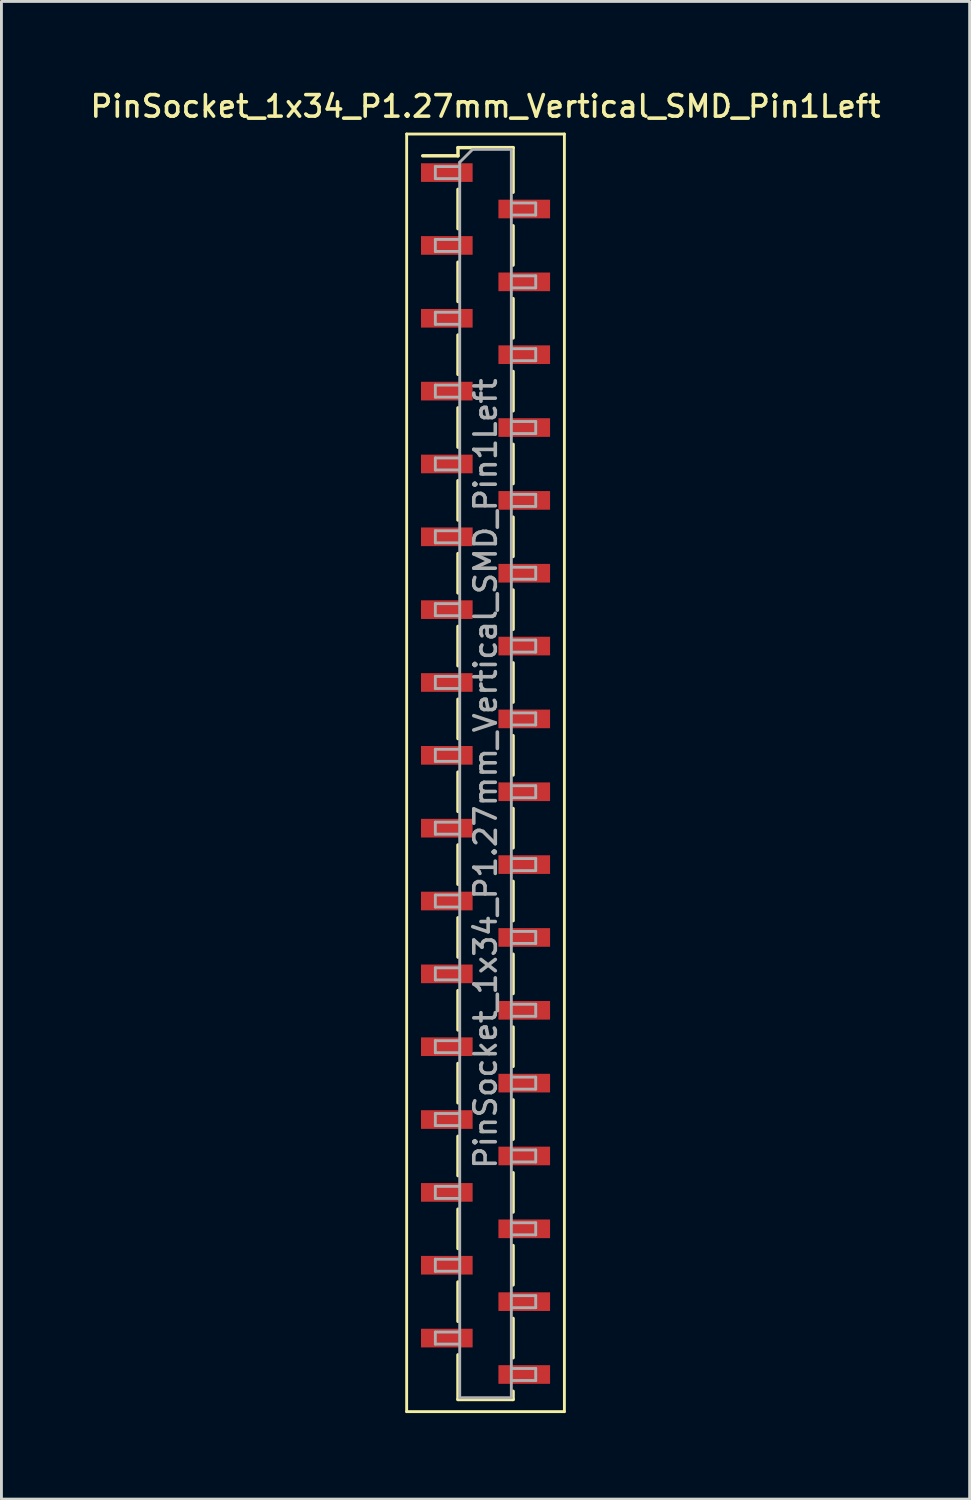
<source format=kicad_pcb>
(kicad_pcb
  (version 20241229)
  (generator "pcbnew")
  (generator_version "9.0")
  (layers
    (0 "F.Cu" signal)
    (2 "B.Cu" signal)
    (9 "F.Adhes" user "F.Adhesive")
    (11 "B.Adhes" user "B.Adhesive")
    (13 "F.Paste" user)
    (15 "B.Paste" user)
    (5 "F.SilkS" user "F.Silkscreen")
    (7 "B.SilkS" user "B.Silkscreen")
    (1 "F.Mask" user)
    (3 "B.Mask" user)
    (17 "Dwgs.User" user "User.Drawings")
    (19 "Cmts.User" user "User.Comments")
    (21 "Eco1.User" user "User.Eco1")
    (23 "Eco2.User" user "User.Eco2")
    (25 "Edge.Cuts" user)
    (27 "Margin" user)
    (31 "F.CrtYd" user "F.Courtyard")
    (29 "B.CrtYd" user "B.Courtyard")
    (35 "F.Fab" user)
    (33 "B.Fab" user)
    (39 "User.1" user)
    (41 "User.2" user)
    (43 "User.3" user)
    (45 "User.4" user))
  (footprint "PinSocket_1x34_P1.27mm_Vertical_SMD_Pin1Left"
    (layer "F.Cu")
    (at 13.88 23.923)
    (property "Reference" "PinSocket_1x34_P1.27mm_Vertical_SMD_Pin1Left" (at 0 -23.265 0) (layer "F.SilkS") (effects (font (size 0.75 0.75) (thickness 0.125))))
    (attr smd)
    (fp_line (start -2.75 -22.3) (end 2.75 -22.3) (stroke (width 0.1) (type solid)) (layer "F.SilkS"))
    (fp_line (start -2.75 22.25) (end -2.75 -22.3) (stroke (width 0.1) (type solid)) (layer "F.SilkS"))
    (fp_line (start -2.19 -21.54) (end -0.96 -21.54) (stroke (width 0.12) (type solid)) (layer "F.SilkS"))
    (fp_line (start -0.96 -21.825) (end -0.96 -21.54) (stroke (width 0.12) (type solid)) (layer "F.SilkS"))
    (fp_line (start -0.96 -21.825) (end 0.96 -21.825) (stroke (width 0.12) (type solid)) (layer "F.SilkS"))
    (fp_line (start -0.96 -20.37) (end -0.96 -19) (stroke (width 0.12) (type solid)) (layer "F.SilkS"))
    (fp_line (start -0.96 -17.83) (end -0.96 -16.46) (stroke (width 0.12) (type solid)) (layer "F.SilkS"))
    (fp_line (start -0.96 -15.29) (end -0.96 -13.92) (stroke (width 0.12) (type solid)) (layer "F.SilkS"))
    (fp_line (start -0.96 -12.75) (end -0.96 -11.38) (stroke (width 0.12) (type solid)) (layer "F.SilkS"))
    (fp_line (start -0.96 -10.21) (end -0.96 -8.84) (stroke (width 0.12) (type solid)) (layer "F.SilkS"))
    (fp_line (start -0.96 -7.67) (end -0.96 -6.3) (stroke (width 0.12) (type solid)) (layer "F.SilkS"))
    (fp_line (start -0.96 -5.13) (end -0.96 -3.76) (stroke (width 0.12) (type solid)) (layer "F.SilkS"))
    (fp_line (start -0.96 -2.59) (end -0.96 -1.22) (stroke (width 0.12) (type solid)) (layer "F.SilkS"))
    (fp_line (start -0.96 -0.05) (end -0.96 1.32) (stroke (width 0.12) (type solid)) (layer "F.SilkS"))
    (fp_line (start -0.96 2.49) (end -0.96 3.86) (stroke (width 0.12) (type solid)) (layer "F.SilkS"))
    (fp_line (start -0.96 5.03) (end -0.96 6.4) (stroke (width 0.12) (type solid)) (layer "F.SilkS"))
    (fp_line (start -0.96 7.57) (end -0.96 8.94) (stroke (width 0.12) (type solid)) (layer "F.SilkS"))
    (fp_line (start -0.96 10.11) (end -0.96 11.48) (stroke (width 0.12) (type solid)) (layer "F.SilkS"))
    (fp_line (start -0.96 12.65) (end -0.96 14.02) (stroke (width 0.12) (type solid)) (layer "F.SilkS"))
    (fp_line (start -0.96 15.19) (end -0.96 16.56) (stroke (width 0.12) (type solid)) (layer "F.SilkS"))
    (fp_line (start -0.96 17.73) (end -0.96 19.1) (stroke (width 0.12) (type solid)) (layer "F.SilkS"))
    (fp_line (start -0.96 20.27) (end -0.96 21.825) (stroke (width 0.12) (type solid)) (layer "F.SilkS"))
    (fp_line (start -0.96 21.825) (end 0.96 21.825) (stroke (width 0.12) (type solid)) (layer "F.SilkS"))
    (fp_line (start 0.96 -21.825) (end 0.96 -20.27) (stroke (width 0.12) (type solid)) (layer "F.SilkS"))
    (fp_line (start 0.96 -19.1) (end 0.96 -17.73) (stroke (width 0.12) (type solid)) (layer "F.SilkS"))
    (fp_line (start 0.96 -16.56) (end 0.96 -15.19) (stroke (width 0.12) (type solid)) (layer "F.SilkS"))
    (fp_line (start 0.96 -14.02) (end 0.96 -12.65) (stroke (width 0.12) (type solid)) (layer "F.SilkS"))
    (fp_line (start 0.96 -11.48) (end 0.96 -10.11) (stroke (width 0.12) (type solid)) (layer "F.SilkS"))
    (fp_line (start 0.96 -8.94) (end 0.96 -7.57) (stroke (width 0.12) (type solid)) (layer "F.SilkS"))
    (fp_line (start 0.96 -6.4) (end 0.96 -5.03) (stroke (width 0.12) (type solid)) (layer "F.SilkS"))
    (fp_line (start 0.96 -3.86) (end 0.96 -2.49) (stroke (width 0.12) (type solid)) (layer "F.SilkS"))
    (fp_line (start 0.96 -1.32) (end 0.96 0.05) (stroke (width 0.12) (type solid)) (layer "F.SilkS"))
    (fp_line (start 0.96 1.22) (end 0.96 2.59) (stroke (width 0.12) (type solid)) (layer "F.SilkS"))
    (fp_line (start 0.96 3.76) (end 0.96 5.13) (stroke (width 0.12) (type solid)) (layer "F.SilkS"))
    (fp_line (start 0.96 6.3) (end 0.96 7.67) (stroke (width 0.12) (type solid)) (layer "F.SilkS"))
    (fp_line (start 0.96 8.84) (end 0.96 10.21) (stroke (width 0.12) (type solid)) (layer "F.SilkS"))
    (fp_line (start 0.96 11.38) (end 0.96 12.75) (stroke (width 0.12) (type solid)) (layer "F.SilkS"))
    (fp_line (start 0.96 13.92) (end 0.96 15.29) (stroke (width 0.12) (type solid)) (layer "F.SilkS"))
    (fp_line (start 0.96 16.46) (end 0.96 17.83) (stroke (width 0.12) (type solid)) (layer "F.SilkS"))
    (fp_line (start 0.96 19) (end 0.96 20.37) (stroke (width 0.12) (type solid)) (layer "F.SilkS"))
    (fp_line (start 0.96 21.54) (end 0.96 21.825) (stroke (width 0.12) (type solid)) (layer "F.SilkS"))
    (fp_line (start 2.75 -22.3) (end 2.75 22.25) (stroke (width 0.1) (type solid)) (layer "F.SilkS"))
    (fp_line (start 2.75 22.25) (end -2.75 22.25) (stroke (width 0.1) (type solid)) (layer "F.SilkS"))
    (fp_line (start -1.75 -21.165) (end -0.9 -21.165) (stroke (width 0.1) (type solid)) (layer "F.Fab"))
    (fp_line (start -1.75 -20.745) (end -1.75 -21.165) (stroke (width 0.1) (type solid)) (layer "F.Fab"))
    (fp_line (start -1.75 -18.625) (end -0.9 -18.625) (stroke (width 0.1) (type solid)) (layer "F.Fab"))
    (fp_line (start -1.75 -18.205) (end -1.75 -18.625) (stroke (width 0.1) (type solid)) (layer "F.Fab"))
    (fp_line (start -1.75 -16.085) (end -0.9 -16.085) (stroke (width 0.1) (type solid)) (layer "F.Fab"))
    (fp_line (start -1.75 -15.665) (end -1.75 -16.085) (stroke (width 0.1) (type solid)) (layer "F.Fab"))
    (fp_line (start -1.75 -13.545) (end -0.9 -13.545) (stroke (width 0.1) (type solid)) (layer "F.Fab"))
    (fp_line (start -1.75 -13.125) (end -1.75 -13.545) (stroke (width 0.1) (type solid)) (layer "F.Fab"))
    (fp_line (start -1.75 -11.005) (end -0.9 -11.005) (stroke (width 0.1) (type solid)) (layer "F.Fab"))
    (fp_line (start -1.75 -10.585) (end -1.75 -11.005) (stroke (width 0.1) (type solid)) (layer "F.Fab"))
    (fp_line (start -1.75 -8.465) (end -0.9 -8.465) (stroke (width 0.1) (type solid)) (layer "F.Fab"))
    (fp_line (start -1.75 -8.045) (end -1.75 -8.465) (stroke (width 0.1) (type solid)) (layer "F.Fab"))
    (fp_line (start -1.75 -5.925) (end -0.9 -5.925) (stroke (width 0.1) (type solid)) (layer "F.Fab"))
    (fp_line (start -1.75 -5.505) (end -1.75 -5.925) (stroke (width 0.1) (type solid)) (layer "F.Fab"))
    (fp_line (start -1.75 -3.385) (end -0.9 -3.385) (stroke (width 0.1) (type solid)) (layer "F.Fab"))
    (fp_line (start -1.75 -2.965) (end -1.75 -3.385) (stroke (width 0.1) (type solid)) (layer "F.Fab"))
    (fp_line (start -1.75 -0.845) (end -0.9 -0.845) (stroke (width 0.1) (type solid)) (layer "F.Fab"))
    (fp_line (start -1.75 -0.425) (end -1.75 -0.845) (stroke (width 0.1) (type solid)) (layer "F.Fab"))
    (fp_line (start -1.75 1.695) (end -0.9 1.695) (stroke (width 0.1) (type solid)) (layer "F.Fab"))
    (fp_line (start -1.75 2.115) (end -1.75 1.695) (stroke (width 0.1) (type solid)) (layer "F.Fab"))
    (fp_line (start -1.75 4.235) (end -0.9 4.235) (stroke (width 0.1) (type solid)) (layer "F.Fab"))
    (fp_line (start -1.75 4.655) (end -1.75 4.235) (stroke (width 0.1) (type solid)) (layer "F.Fab"))
    (fp_line (start -1.75 6.775) (end -0.9 6.775) (stroke (width 0.1) (type solid)) (layer "F.Fab"))
    (fp_line (start -1.75 7.195) (end -1.75 6.775) (stroke (width 0.1) (type solid)) (layer "F.Fab"))
    (fp_line (start -1.75 9.315) (end -0.9 9.315) (stroke (width 0.1) (type solid)) (layer "F.Fab"))
    (fp_line (start -1.75 9.735) (end -1.75 9.315) (stroke (width 0.1) (type solid)) (layer "F.Fab"))
    (fp_line (start -1.75 11.855) (end -0.9 11.855) (stroke (width 0.1) (type solid)) (layer "F.Fab"))
    (fp_line (start -1.75 12.275) (end -1.75 11.855) (stroke (width 0.1) (type solid)) (layer "F.Fab"))
    (fp_line (start -1.75 14.395) (end -0.9 14.395) (stroke (width 0.1) (type solid)) (layer "F.Fab"))
    (fp_line (start -1.75 14.815) (end -1.75 14.395) (stroke (width 0.1) (type solid)) (layer "F.Fab"))
    (fp_line (start -1.75 16.935) (end -0.9 16.935) (stroke (width 0.1) (type solid)) (layer "F.Fab"))
    (fp_line (start -1.75 17.355) (end -1.75 16.935) (stroke (width 0.1) (type solid)) (layer "F.Fab"))
    (fp_line (start -1.75 19.475) (end -0.9 19.475) (stroke (width 0.1) (type solid)) (layer "F.Fab"))
    (fp_line (start -1.75 19.895) (end -1.75 19.475) (stroke (width 0.1) (type solid)) (layer "F.Fab"))
    (fp_line (start -0.9 -21.315) (end -0.45 -21.765) (stroke (width 0.1) (type solid)) (layer "F.Fab"))
    (fp_line (start -0.9 -20.745) (end -1.75 -20.745) (stroke (width 0.1) (type solid)) (layer "F.Fab"))
    (fp_line (start -0.9 -18.205) (end -1.75 -18.205) (stroke (width 0.1) (type solid)) (layer "F.Fab"))
    (fp_line (start -0.9 -15.665) (end -1.75 -15.665) (stroke (width 0.1) (type solid)) (layer "F.Fab"))
    (fp_line (start -0.9 -13.125) (end -1.75 -13.125) (stroke (width 0.1) (type solid)) (layer "F.Fab"))
    (fp_line (start -0.9 -10.585) (end -1.75 -10.585) (stroke (width 0.1) (type solid)) (layer "F.Fab"))
    (fp_line (start -0.9 -8.045) (end -1.75 -8.045) (stroke (width 0.1) (type solid)) (layer "F.Fab"))
    (fp_line (start -0.9 -5.505) (end -1.75 -5.505) (stroke (width 0.1) (type solid)) (layer "F.Fab"))
    (fp_line (start -0.9 -2.965) (end -1.75 -2.965) (stroke (width 0.1) (type solid)) (layer "F.Fab"))
    (fp_line (start -0.9 -0.425) (end -1.75 -0.425) (stroke (width 0.1) (type solid)) (layer "F.Fab"))
    (fp_line (start -0.9 2.115) (end -1.75 2.115) (stroke (width 0.1) (type solid)) (layer "F.Fab"))
    (fp_line (start -0.9 4.655) (end -1.75 4.655) (stroke (width 0.1) (type solid)) (layer "F.Fab"))
    (fp_line (start -0.9 7.195) (end -1.75 7.195) (stroke (width 0.1) (type solid)) (layer "F.Fab"))
    (fp_line (start -0.9 9.735) (end -1.75 9.735) (stroke (width 0.1) (type solid)) (layer "F.Fab"))
    (fp_line (start -0.9 12.275) (end -1.75 12.275) (stroke (width 0.1) (type solid)) (layer "F.Fab"))
    (fp_line (start -0.9 14.815) (end -1.75 14.815) (stroke (width 0.1) (type solid)) (layer "F.Fab"))
    (fp_line (start -0.9 17.355) (end -1.75 17.355) (stroke (width 0.1) (type solid)) (layer "F.Fab"))
    (fp_line (start -0.9 19.895) (end -1.75 19.895) (stroke (width 0.1) (type solid)) (layer "F.Fab"))
    (fp_line (start -0.9 21.765) (end -0.9 -21.315) (stroke (width 0.1) (type solid)) (layer "F.Fab"))
    (fp_line (start -0.45 -21.765) (end 0.9 -21.765) (stroke (width 0.1) (type solid)) (layer "F.Fab"))
    (fp_line (start 0.9 -21.765) (end 0.9 21.765) (stroke (width 0.1) (type solid)) (layer "F.Fab"))
    (fp_line (start 0.9 -19.895) (end 1.75 -19.895) (stroke (width 0.1) (type solid)) (layer "F.Fab"))
    (fp_line (start 0.9 -17.355) (end 1.75 -17.355) (stroke (width 0.1) (type solid)) (layer "F.Fab"))
    (fp_line (start 0.9 -14.815) (end 1.75 -14.815) (stroke (width 0.1) (type solid)) (layer "F.Fab"))
    (fp_line (start 0.9 -12.275) (end 1.75 -12.275) (stroke (width 0.1) (type solid)) (layer "F.Fab"))
    (fp_line (start 0.9 -9.735) (end 1.75 -9.735) (stroke (width 0.1) (type solid)) (layer "F.Fab"))
    (fp_line (start 0.9 -7.195) (end 1.75 -7.195) (stroke (width 0.1) (type solid)) (layer "F.Fab"))
    (fp_line (start 0.9 -4.655) (end 1.75 -4.655) (stroke (width 0.1) (type solid)) (layer "F.Fab"))
    (fp_line (start 0.9 -2.115) (end 1.75 -2.115) (stroke (width 0.1) (type solid)) (layer "F.Fab"))
    (fp_line (start 0.9 0.425) (end 1.75 0.425) (stroke (width 0.1) (type solid)) (layer "F.Fab"))
    (fp_line (start 0.9 2.965) (end 1.75 2.965) (stroke (width 0.1) (type solid)) (layer "F.Fab"))
    (fp_line (start 0.9 5.505) (end 1.75 5.505) (stroke (width 0.1) (type solid)) (layer "F.Fab"))
    (fp_line (start 0.9 8.045) (end 1.75 8.045) (stroke (width 0.1) (type solid)) (layer "F.Fab"))
    (fp_line (start 0.9 10.585) (end 1.75 10.585) (stroke (width 0.1) (type solid)) (layer "F.Fab"))
    (fp_line (start 0.9 13.125) (end 1.75 13.125) (stroke (width 0.1) (type solid)) (layer "F.Fab"))
    (fp_line (start 0.9 15.665) (end 1.75 15.665) (stroke (width 0.1) (type solid)) (layer "F.Fab"))
    (fp_line (start 0.9 18.205) (end 1.75 18.205) (stroke (width 0.1) (type solid)) (layer "F.Fab"))
    (fp_line (start 0.9 20.745) (end 1.75 20.745) (stroke (width 0.1) (type solid)) (layer "F.Fab"))
    (fp_line (start 0.9 21.765) (end -0.9 21.765) (stroke (width 0.1) (type solid)) (layer "F.Fab"))
    (fp_line (start 1.75 -19.895) (end 1.75 -19.475) (stroke (width 0.1) (type solid)) (layer "F.Fab"))
    (fp_line (start 1.75 -19.475) (end 0.9 -19.475) (stroke (width 0.1) (type solid)) (layer "F.Fab"))
    (fp_line (start 1.75 -17.355) (end 1.75 -16.935) (stroke (width 0.1) (type solid)) (layer "F.Fab"))
    (fp_line (start 1.75 -16.935) (end 0.9 -16.935) (stroke (width 0.1) (type solid)) (layer "F.Fab"))
    (fp_line (start 1.75 -14.815) (end 1.75 -14.395) (stroke (width 0.1) (type solid)) (layer "F.Fab"))
    (fp_line (start 1.75 -14.395) (end 0.9 -14.395) (stroke (width 0.1) (type solid)) (layer "F.Fab"))
    (fp_line (start 1.75 -12.275) (end 1.75 -11.855) (stroke (width 0.1) (type solid)) (layer "F.Fab"))
    (fp_line (start 1.75 -11.855) (end 0.9 -11.855) (stroke (width 0.1) (type solid)) (layer "F.Fab"))
    (fp_line (start 1.75 -9.735) (end 1.75 -9.315) (stroke (width 0.1) (type solid)) (layer "F.Fab"))
    (fp_line (start 1.75 -9.315) (end 0.9 -9.315) (stroke (width 0.1) (type solid)) (layer "F.Fab"))
    (fp_line (start 1.75 -7.195) (end 1.75 -6.775) (stroke (width 0.1) (type solid)) (layer "F.Fab"))
    (fp_line (start 1.75 -6.775) (end 0.9 -6.775) (stroke (width 0.1) (type solid)) (layer "F.Fab"))
    (fp_line (start 1.75 -4.655) (end 1.75 -4.235) (stroke (width 0.1) (type solid)) (layer "F.Fab"))
    (fp_line (start 1.75 -4.235) (end 0.9 -4.235) (stroke (width 0.1) (type solid)) (layer "F.Fab"))
    (fp_line (start 1.75 -2.115) (end 1.75 -1.695) (stroke (width 0.1) (type solid)) (layer "F.Fab"))
    (fp_line (start 1.75 -1.695) (end 0.9 -1.695) (stroke (width 0.1) (type solid)) (layer "F.Fab"))
    (fp_line (start 1.75 0.425) (end 1.75 0.845) (stroke (width 0.1) (type solid)) (layer "F.Fab"))
    (fp_line (start 1.75 0.845) (end 0.9 0.845) (stroke (width 0.1) (type solid)) (layer "F.Fab"))
    (fp_line (start 1.75 2.965) (end 1.75 3.385) (stroke (width 0.1) (type solid)) (layer "F.Fab"))
    (fp_line (start 1.75 3.385) (end 0.9 3.385) (stroke (width 0.1) (type solid)) (layer "F.Fab"))
    (fp_line (start 1.75 5.505) (end 1.75 5.925) (stroke (width 0.1) (type solid)) (layer "F.Fab"))
    (fp_line (start 1.75 5.925) (end 0.9 5.925) (stroke (width 0.1) (type solid)) (layer "F.Fab"))
    (fp_line (start 1.75 8.045) (end 1.75 8.465) (stroke (width 0.1) (type solid)) (layer "F.Fab"))
    (fp_line (start 1.75 8.465) (end 0.9 8.465) (stroke (width 0.1) (type solid)) (layer "F.Fab"))
    (fp_line (start 1.75 10.585) (end 1.75 11.005) (stroke (width 0.1) (type solid)) (layer "F.Fab"))
    (fp_line (start 1.75 11.005) (end 0.9 11.005) (stroke (width 0.1) (type solid)) (layer "F.Fab"))
    (fp_line (start 1.75 13.125) (end 1.75 13.545) (stroke (width 0.1) (type solid)) (layer "F.Fab"))
    (fp_line (start 1.75 13.545) (end 0.9 13.545) (stroke (width 0.1) (type solid)) (layer "F.Fab"))
    (fp_line (start 1.75 15.665) (end 1.75 16.085) (stroke (width 0.1) (type solid)) (layer "F.Fab"))
    (fp_line (start 1.75 16.085) (end 0.9 16.085) (stroke (width 0.1) (type solid)) (layer "F.Fab"))
    (fp_line (start 1.75 18.205) (end 1.75 18.625) (stroke (width 0.1) (type solid)) (layer "F.Fab"))
    (fp_line (start 1.75 18.625) (end 0.9 18.625) (stroke (width 0.1) (type solid)) (layer "F.Fab"))
    (fp_line (start 1.75 20.745) (end 1.75 21.165) (stroke (width 0.1) (type solid)) (layer "F.Fab"))
    (fp_line (start 1.75 21.165) (end 0.9 21.165) (stroke (width 0.1) (type solid)) (layer "F.Fab"))
    (fp_text user "${REFERENCE}" (at 0 0 90) (layer "F.Fab") (effects (font (size 0.75 0.75) (thickness 0.125))))
    (pad "1" smd rect (at -1.35 -20.955) (size 1.8 0.65) (layers "F.Cu" "F.Mask" "F.Paste"))
    (pad "2" smd rect (at 1.35 -19.685) (size 1.8 0.65) (layers "F.Cu" "F.Mask" "F.Paste"))
    (pad "3" smd rect (at -1.35 -18.415) (size 1.8 0.65) (layers "F.Cu" "F.Mask" "F.Paste"))
    (pad "4" smd rect (at 1.35 -17.145) (size 1.8 0.65) (layers "F.Cu" "F.Mask" "F.Paste"))
    (pad "5" smd rect (at -1.35 -15.875) (size 1.8 0.65) (layers "F.Cu" "F.Mask" "F.Paste"))
    (pad "6" smd rect (at 1.35 -14.605) (size 1.8 0.65) (layers "F.Cu" "F.Mask" "F.Paste"))
    (pad "7" smd rect (at -1.35 -13.335) (size 1.8 0.65) (layers "F.Cu" "F.Mask" "F.Paste"))
    (pad "8" smd rect (at 1.35 -12.065) (size 1.8 0.65) (layers "F.Cu" "F.Mask" "F.Paste"))
    (pad "9" smd rect (at -1.35 -10.795) (size 1.8 0.65) (layers "F.Cu" "F.Mask" "F.Paste"))
    (pad "10" smd rect (at 1.35 -9.525) (size 1.8 0.65) (layers "F.Cu" "F.Mask" "F.Paste"))
    (pad "11" smd rect (at -1.35 -8.255) (size 1.8 0.65) (layers "F.Cu" "F.Mask" "F.Paste"))
    (pad "12" smd rect (at 1.35 -6.985) (size 1.8 0.65) (layers "F.Cu" "F.Mask" "F.Paste"))
    (pad "13" smd rect (at -1.35 -5.715) (size 1.8 0.65) (layers "F.Cu" "F.Mask" "F.Paste"))
    (pad "14" smd rect (at 1.35 -4.445) (size 1.8 0.65) (layers "F.Cu" "F.Mask" "F.Paste"))
    (pad "15" smd rect (at -1.35 -3.175) (size 1.8 0.65) (layers "F.Cu" "F.Mask" "F.Paste"))
    (pad "16" smd rect (at 1.35 -1.905) (size 1.8 0.65) (layers "F.Cu" "F.Mask" "F.Paste"))
    (pad "17" smd rect (at -1.35 -0.635) (size 1.8 0.65) (layers "F.Cu" "F.Mask" "F.Paste"))
    (pad "18" smd rect (at 1.35 0.635) (size 1.8 0.65) (layers "F.Cu" "F.Mask" "F.Paste"))
    (pad "19" smd rect (at -1.35 1.905) (size 1.8 0.65) (layers "F.Cu" "F.Mask" "F.Paste"))
    (pad "20" smd rect (at 1.35 3.175) (size 1.8 0.65) (layers "F.Cu" "F.Mask" "F.Paste"))
    (pad "21" smd rect (at -1.35 4.445) (size 1.8 0.65) (layers "F.Cu" "F.Mask" "F.Paste"))
    (pad "22" smd rect (at 1.35 5.715) (size 1.8 0.65) (layers "F.Cu" "F.Mask" "F.Paste"))
    (pad "23" smd rect (at -1.35 6.985) (size 1.8 0.65) (layers "F.Cu" "F.Mask" "F.Paste"))
    (pad "24" smd rect (at 1.35 8.255) (size 1.8 0.65) (layers "F.Cu" "F.Mask" "F.Paste"))
    (pad "25" smd rect (at -1.35 9.525) (size 1.8 0.65) (layers "F.Cu" "F.Mask" "F.Paste"))
    (pad "26" smd rect (at 1.35 10.795) (size 1.8 0.65) (layers "F.Cu" "F.Mask" "F.Paste"))
    (pad "27" smd rect (at -1.35 12.065) (size 1.8 0.65) (layers "F.Cu" "F.Mask" "F.Paste"))
    (pad "28" smd rect (at 1.35 13.335) (size 1.8 0.65) (layers "F.Cu" "F.Mask" "F.Paste"))
    (pad "29" smd rect (at -1.35 14.605) (size 1.8 0.65) (layers "F.Cu" "F.Mask" "F.Paste"))
    (pad "30" smd rect (at 1.35 15.875) (size 1.8 0.65) (layers "F.Cu" "F.Mask" "F.Paste"))
    (pad "31" smd rect (at -1.35 17.145) (size 1.8 0.65) (layers "F.Cu" "F.Mask" "F.Paste"))
    (pad "32" smd rect (at 1.35 18.415) (size 1.8 0.65) (layers "F.Cu" "F.Mask" "F.Paste"))
    (pad "33" smd rect (at -1.35 19.685) (size 1.8 0.65) (layers "F.Cu" "F.Mask" "F.Paste"))
    (pad "34" smd rect (at 1.35 20.955) (size 1.8 0.65) (layers "F.Cu" "F.Mask" "F.Paste")))
  (gr_rect
    (start -3 -3)
    (end 30.761 49.223)
    (stroke (width 0.1) (type default))
    (fill no)
    (layer "Edge.Cuts")))
</source>
